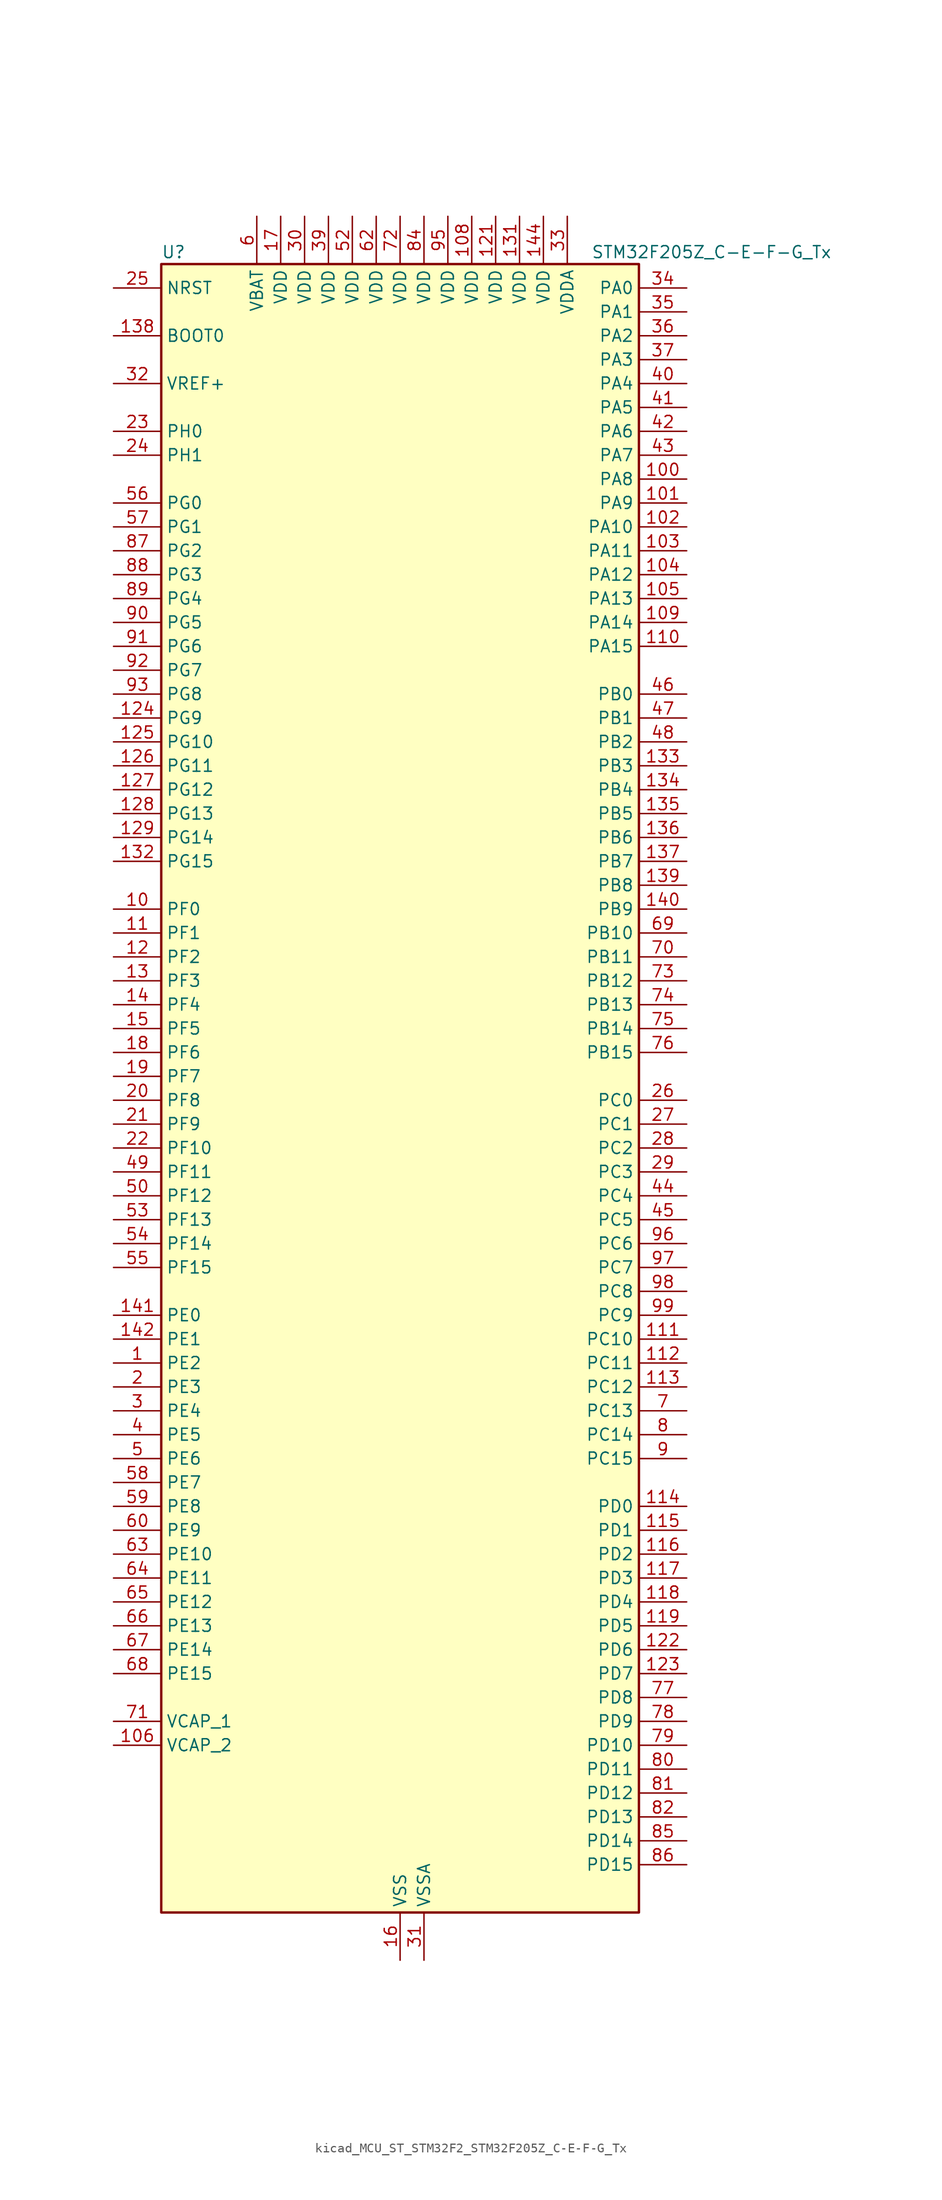
<source format=kicad_sym>
(kicad_symbol_lib
  (version 20220914)
  (generator kicad_symbol_editor)
  (symbol "kicad_MCU_ST_STM32F2_STM32F205Z_C-E-F-G_Tx"
    (property "Reference" "U"
      (at -25.4 90.17 0)
      (effects (font (size 1.27 1.27)) (justify left)))
    (property "Value" "STM32F205Z_C-E-F-G_Tx"
      (at 20.32 90.17 0)
      (effects (font (size 1.27 1.27)) (justify left)))
    (property "ki_locked" ""
      (at 0 0 0)
      (effects (font (size 1.27 1.27))))
    (symbol "kicad_MCU_ST_STM32F2_STM32F205Z_C-E-F-G_Tx_0_1"
      (rectangle (start -25.4 -86.36) (end 25.4 88.9) (stroke (width 0.254) (type default)) (fill (type background))))
    (symbol "kicad_MCU_ST_STM32F2_STM32F205Z_C-E-F-G_Tx_1_1"
      (pin bidirectional line (at -30.48 -27.94 0) (length 5.08) (name "PE2" (effects (font (size 1.27 1.27)))) (number "1" (effects (font (size 1.27 1.27)))) (alternate "FSMC_A23" bidirectional line) (alternate "SYS_TRACECLK" bidirectional line))
      (pin bidirectional line (at -30.48 20.32 0) (length 5.08) (name "PF0" (effects (font (size 1.27 1.27)))) (number "10" (effects (font (size 1.27 1.27)))) (alternate "FSMC_A0" bidirectional line) (alternate "I2C2_SDA" bidirectional line))
      (pin bidirectional line (at 30.48 66.04 180) (length 5.08) (name "PA8" (effects (font (size 1.27 1.27)))) (number "100" (effects (font (size 1.27 1.27)))) (alternate "I2C3_SCL" bidirectional line) (alternate "RCC_MCO_1" bidirectional line) (alternate "TIM1_CH1" bidirectional line) (alternate "USART1_CK" bidirectional line) (alternate "USB_OTG_FS_SOF" bidirectional line))
      (pin bidirectional line (at 30.48 63.5 180) (length 5.08) (name "PA9" (effects (font (size 1.27 1.27)))) (number "101" (effects (font (size 1.27 1.27)))) (alternate "DAC_EXTI9" bidirectional line) (alternate "I2C3_SMBA" bidirectional line) (alternate "TIM1_CH2" bidirectional line) (alternate "USART1_TX" bidirectional line) (alternate "USB_OTG_FS_VBUS" bidirectional line))
      (pin bidirectional line (at 30.48 60.96 180) (length 5.08) (name "PA10" (effects (font (size 1.27 1.27)))) (number "102" (effects (font (size 1.27 1.27)))) (alternate "TIM1_CH3" bidirectional line) (alternate "USART1_RX" bidirectional line) (alternate "USB_OTG_FS_ID" bidirectional line))
      (pin bidirectional line (at 30.48 58.42 180) (length 5.08) (name "PA11" (effects (font (size 1.27 1.27)))) (number "103" (effects (font (size 1.27 1.27)))) (alternate "ADC1_EXTI11" bidirectional line) (alternate "ADC2_EXTI11" bidirectional line) (alternate "ADC3_EXTI11" bidirectional line) (alternate "CAN1_RX" bidirectional line) (alternate "TIM1_CH4" bidirectional line) (alternate "USART1_CTS" bidirectional line) (alternate "USB_OTG_FS_DM" bidirectional line))
      (pin bidirectional line (at 30.48 55.88 180) (length 5.08) (name "PA12" (effects (font (size 1.27 1.27)))) (number "104" (effects (font (size 1.27 1.27)))) (alternate "CAN1_TX" bidirectional line) (alternate "TIM1_ETR" bidirectional line) (alternate "USART1_RTS" bidirectional line) (alternate "USB_OTG_FS_DP" bidirectional line))
      (pin bidirectional line (at 30.48 53.34 180) (length 5.08) (name "PA13" (effects (font (size 1.27 1.27)))) (number "105" (effects (font (size 1.27 1.27)))) (alternate "SYS_JTMS-SWDIO" bidirectional line))
      (pin power_out line (at -30.48 -68.58 0) (length 5.08) (name "VCAP_2" (effects (font (size 1.27 1.27)))) (number "106" (effects (font (size 1.27 1.27)))))
      (pin passive line (at 0 -91.44 90) (length 5.08) hide (name "VSS" (effects (font (size 1.27 1.27)))) (number "107" (effects (font (size 1.27 1.27)))))
      (pin power_in line (at 7.62 93.98 270) (length 5.08) (name "VDD" (effects (font (size 1.27 1.27)))) (number "108" (effects (font (size 1.27 1.27)))))
      (pin bidirectional line (at 30.48 50.8 180) (length 5.08) (name "PA14" (effects (font (size 1.27 1.27)))) (number "109" (effects (font (size 1.27 1.27)))) (alternate "SYS_JTCK-SWCLK" bidirectional line))
      (pin bidirectional line (at -30.48 17.78 0) (length 5.08) (name "PF1" (effects (font (size 1.27 1.27)))) (number "11" (effects (font (size 1.27 1.27)))) (alternate "FSMC_A1" bidirectional line) (alternate "I2C2_SCL" bidirectional line))
      (pin bidirectional line (at 30.48 48.26 180) (length 5.08) (name "PA15" (effects (font (size 1.27 1.27)))) (number "110" (effects (font (size 1.27 1.27)))) (alternate "ADC1_EXTI15" bidirectional line) (alternate "ADC2_EXTI15" bidirectional line) (alternate "ADC3_EXTI15" bidirectional line) (alternate "I2S3_WS" bidirectional line) (alternate "SPI1_NSS" bidirectional line) (alternate "SPI3_NSS" bidirectional line) (alternate "SYS_JTDI" bidirectional line) (alternate "TIM2_CH1" bidirectional line) (alternate "TIM2_ETR" bidirectional line))
      (pin bidirectional line (at 30.48 -25.4 180) (length 5.08) (name "PC10" (effects (font (size 1.27 1.27)))) (number "111" (effects (font (size 1.27 1.27)))) (alternate "I2S3_SCK" bidirectional line) (alternate "SDIO_D2" bidirectional line) (alternate "SPI3_SCK" bidirectional line) (alternate "UART4_TX" bidirectional line) (alternate "USART3_TX" bidirectional line))
      (pin bidirectional line (at 30.48 -27.94 180) (length 5.08) (name "PC11" (effects (font (size 1.27 1.27)))) (number "112" (effects (font (size 1.27 1.27)))) (alternate "ADC1_EXTI11" bidirectional line) (alternate "ADC2_EXTI11" bidirectional line) (alternate "ADC3_EXTI11" bidirectional line) (alternate "SDIO_D3" bidirectional line) (alternate "SPI3_MISO" bidirectional line) (alternate "UART4_RX" bidirectional line) (alternate "USART3_RX" bidirectional line))
      (pin bidirectional line (at 30.48 -30.48 180) (length 5.08) (name "PC12" (effects (font (size 1.27 1.27)))) (number "113" (effects (font (size 1.27 1.27)))) (alternate "I2S3_SD" bidirectional line) (alternate "SDIO_CK" bidirectional line) (alternate "SPI3_MOSI" bidirectional line) (alternate "UART5_TX" bidirectional line) (alternate "USART3_CK" bidirectional line))
      (pin bidirectional line (at 30.48 -43.18 180) (length 5.08) (name "PD0" (effects (font (size 1.27 1.27)))) (number "114" (effects (font (size 1.27 1.27)))) (alternate "CAN1_RX" bidirectional line) (alternate "FSMC_D2" bidirectional line) (alternate "FSMC_DA2" bidirectional line))
      (pin bidirectional line (at 30.48 -45.72 180) (length 5.08) (name "PD1" (effects (font (size 1.27 1.27)))) (number "115" (effects (font (size 1.27 1.27)))) (alternate "CAN1_TX" bidirectional line) (alternate "FSMC_D3" bidirectional line) (alternate "FSMC_DA3" bidirectional line))
      (pin bidirectional line (at 30.48 -48.26 180) (length 5.08) (name "PD2" (effects (font (size 1.27 1.27)))) (number "116" (effects (font (size 1.27 1.27)))) (alternate "SDIO_CMD" bidirectional line) (alternate "TIM3_ETR" bidirectional line) (alternate "UART5_RX" bidirectional line))
      (pin bidirectional line (at 30.48 -50.8 180) (length 5.08) (name "PD3" (effects (font (size 1.27 1.27)))) (number "117" (effects (font (size 1.27 1.27)))) (alternate "FSMC_CLK" bidirectional line) (alternate "USART2_CTS" bidirectional line))
      (pin bidirectional line (at 30.48 -53.34 180) (length 5.08) (name "PD4" (effects (font (size 1.27 1.27)))) (number "118" (effects (font (size 1.27 1.27)))) (alternate "FSMC_NOE" bidirectional line) (alternate "USART2_RTS" bidirectional line))
      (pin bidirectional line (at 30.48 -55.88 180) (length 5.08) (name "PD5" (effects (font (size 1.27 1.27)))) (number "119" (effects (font (size 1.27 1.27)))) (alternate "FSMC_NWE" bidirectional line) (alternate "USART2_TX" bidirectional line))
      (pin bidirectional line (at -30.48 15.24 0) (length 5.08) (name "PF2" (effects (font (size 1.27 1.27)))) (number "12" (effects (font (size 1.27 1.27)))) (alternate "FSMC_A2" bidirectional line) (alternate "I2C2_SMBA" bidirectional line))
      (pin passive line (at 0 -91.44 90) (length 5.08) hide (name "VSS" (effects (font (size 1.27 1.27)))) (number "120" (effects (font (size 1.27 1.27)))))
      (pin power_in line (at 10.16 93.98 270) (length 5.08) (name "VDD" (effects (font (size 1.27 1.27)))) (number "121" (effects (font (size 1.27 1.27)))))
      (pin bidirectional line (at 30.48 -58.42 180) (length 5.08) (name "PD6" (effects (font (size 1.27 1.27)))) (number "122" (effects (font (size 1.27 1.27)))) (alternate "FSMC_NWAIT" bidirectional line) (alternate "USART2_RX" bidirectional line))
      (pin bidirectional line (at 30.48 -60.96 180) (length 5.08) (name "PD7" (effects (font (size 1.27 1.27)))) (number "123" (effects (font (size 1.27 1.27)))) (alternate "FSMC_NCE2" bidirectional line) (alternate "FSMC_NE1" bidirectional line) (alternate "USART2_CK" bidirectional line))
      (pin bidirectional line (at -30.48 40.64 0) (length 5.08) (name "PG9" (effects (font (size 1.27 1.27)))) (number "124" (effects (font (size 1.27 1.27)))) (alternate "DAC_EXTI9" bidirectional line) (alternate "FSMC_NCE3" bidirectional line) (alternate "FSMC_NE2" bidirectional line) (alternate "USART6_RX" bidirectional line))
      (pin bidirectional line (at -30.48 38.1 0) (length 5.08) (name "PG10" (effects (font (size 1.27 1.27)))) (number "125" (effects (font (size 1.27 1.27)))) (alternate "FSMC_NCE4_1" bidirectional line) (alternate "FSMC_NE3" bidirectional line))
      (pin bidirectional line (at -30.48 35.56 0) (length 5.08) (name "PG11" (effects (font (size 1.27 1.27)))) (number "126" (effects (font (size 1.27 1.27)))) (alternate "ADC1_EXTI11" bidirectional line) (alternate "ADC2_EXTI11" bidirectional line) (alternate "ADC3_EXTI11" bidirectional line) (alternate "FSMC_NCE4_2" bidirectional line))
      (pin bidirectional line (at -30.48 33.02 0) (length 5.08) (name "PG12" (effects (font (size 1.27 1.27)))) (number "127" (effects (font (size 1.27 1.27)))) (alternate "FSMC_NE4" bidirectional line) (alternate "USART6_RTS" bidirectional line))
      (pin bidirectional line (at -30.48 30.48 0) (length 5.08) (name "PG13" (effects (font (size 1.27 1.27)))) (number "128" (effects (font (size 1.27 1.27)))) (alternate "FSMC_A24" bidirectional line) (alternate "USART6_CTS" bidirectional line))
      (pin bidirectional line (at -30.48 27.94 0) (length 5.08) (name "PG14" (effects (font (size 1.27 1.27)))) (number "129" (effects (font (size 1.27 1.27)))) (alternate "FSMC_A25" bidirectional line) (alternate "USART6_TX" bidirectional line))
      (pin bidirectional line (at -30.48 12.7 0) (length 5.08) (name "PF3" (effects (font (size 1.27 1.27)))) (number "13" (effects (font (size 1.27 1.27)))) (alternate "ADC3_IN9" bidirectional line) (alternate "FSMC_A3" bidirectional line))
      (pin passive line (at 0 -91.44 90) (length 5.08) hide (name "VSS" (effects (font (size 1.27 1.27)))) (number "130" (effects (font (size 1.27 1.27)))))
      (pin power_in line (at 12.7 93.98 270) (length 5.08) (name "VDD" (effects (font (size 1.27 1.27)))) (number "131" (effects (font (size 1.27 1.27)))))
      (pin bidirectional line (at -30.48 25.4 0) (length 5.08) (name "PG15" (effects (font (size 1.27 1.27)))) (number "132" (effects (font (size 1.27 1.27)))) (alternate "ADC1_EXTI15" bidirectional line) (alternate "ADC2_EXTI15" bidirectional line) (alternate "ADC3_EXTI15" bidirectional line) (alternate "USART6_CTS" bidirectional line))
      (pin bidirectional line (at 30.48 35.56 180) (length 5.08) (name "PB3" (effects (font (size 1.27 1.27)))) (number "133" (effects (font (size 1.27 1.27)))) (alternate "I2S3_SCK" bidirectional line) (alternate "SPI1_SCK" bidirectional line) (alternate "SPI3_SCK" bidirectional line) (alternate "SYS_JTDO-SWO" bidirectional line) (alternate "TIM2_CH2" bidirectional line))
      (pin bidirectional line (at 30.48 33.02 180) (length 5.08) (name "PB4" (effects (font (size 1.27 1.27)))) (number "134" (effects (font (size 1.27 1.27)))) (alternate "SPI1_MISO" bidirectional line) (alternate "SPI3_MISO" bidirectional line) (alternate "SYS_JTRST" bidirectional line) (alternate "TIM3_CH1" bidirectional line))
      (pin bidirectional line (at 30.48 30.48 180) (length 5.08) (name "PB5" (effects (font (size 1.27 1.27)))) (number "135" (effects (font (size 1.27 1.27)))) (alternate "CAN2_RX" bidirectional line) (alternate "I2C1_SMBA" bidirectional line) (alternate "I2S3_SD" bidirectional line) (alternate "SPI1_MOSI" bidirectional line) (alternate "SPI3_MOSI" bidirectional line) (alternate "TIM3_CH2" bidirectional line) (alternate "USB_OTG_HS_ULPI_D7" bidirectional line))
      (pin bidirectional line (at 30.48 27.94 180) (length 5.08) (name "PB6" (effects (font (size 1.27 1.27)))) (number "136" (effects (font (size 1.27 1.27)))) (alternate "CAN2_TX" bidirectional line) (alternate "I2C1_SCL" bidirectional line) (alternate "TIM4_CH1" bidirectional line) (alternate "USART1_TX" bidirectional line))
      (pin bidirectional line (at 30.48 25.4 180) (length 5.08) (name "PB7" (effects (font (size 1.27 1.27)))) (number "137" (effects (font (size 1.27 1.27)))) (alternate "FSMC_NL" bidirectional line) (alternate "I2C1_SDA" bidirectional line) (alternate "TIM4_CH2" bidirectional line) (alternate "USART1_RX" bidirectional line))
      (pin input line (at -30.48 81.28 0) (length 5.08) (name "BOOT0" (effects (font (size 1.27 1.27)))) (number "138" (effects (font (size 1.27 1.27)))))
      (pin bidirectional line (at 30.48 22.86 180) (length 5.08) (name "PB8" (effects (font (size 1.27 1.27)))) (number "139" (effects (font (size 1.27 1.27)))) (alternate "CAN1_RX" bidirectional line) (alternate "I2C1_SCL" bidirectional line) (alternate "SDIO_D4" bidirectional line) (alternate "TIM10_CH1" bidirectional line) (alternate "TIM4_CH3" bidirectional line))
      (pin bidirectional line (at -30.48 10.16 0) (length 5.08) (name "PF4" (effects (font (size 1.27 1.27)))) (number "14" (effects (font (size 1.27 1.27)))) (alternate "ADC3_IN14" bidirectional line) (alternate "FSMC_A4" bidirectional line))
      (pin bidirectional line (at 30.48 20.32 180) (length 5.08) (name "PB9" (effects (font (size 1.27 1.27)))) (number "140" (effects (font (size 1.27 1.27)))) (alternate "CAN1_TX" bidirectional line) (alternate "DAC_EXTI9" bidirectional line) (alternate "I2C1_SDA" bidirectional line) (alternate "I2S2_WS" bidirectional line) (alternate "SDIO_D5" bidirectional line) (alternate "SPI2_NSS" bidirectional line) (alternate "TIM11_CH1" bidirectional line) (alternate "TIM4_CH4" bidirectional line))
      (pin bidirectional line (at -30.48 -22.86 0) (length 5.08) (name "PE0" (effects (font (size 1.27 1.27)))) (number "141" (effects (font (size 1.27 1.27)))) (alternate "FSMC_NBL0" bidirectional line) (alternate "TIM4_ETR" bidirectional line))
      (pin bidirectional line (at -30.48 -25.4 0) (length 5.08) (name "PE1" (effects (font (size 1.27 1.27)))) (number "142" (effects (font (size 1.27 1.27)))) (alternate "FSMC_NBL1" bidirectional line))
      (pin no_connect line (at -25.4 -86.36 0) (length 5.08) hide (name "RFU" (effects (font (size 1.27 1.27)))) (number "143" (effects (font (size 1.27 1.27)))))
      (pin power_in line (at 15.24 93.98 270) (length 5.08) (name "VDD" (effects (font (size 1.27 1.27)))) (number "144" (effects (font (size 1.27 1.27)))))
      (pin bidirectional line (at -30.48 7.62 0) (length 5.08) (name "PF5" (effects (font (size 1.27 1.27)))) (number "15" (effects (font (size 1.27 1.27)))) (alternate "ADC3_IN15" bidirectional line) (alternate "FSMC_A5" bidirectional line))
      (pin power_in line (at 0 -91.44 90) (length 5.08) (name "VSS" (effects (font (size 1.27 1.27)))) (number "16" (effects (font (size 1.27 1.27)))))
      (pin power_in line (at -12.7 93.98 270) (length 5.08) (name "VDD" (effects (font (size 1.27 1.27)))) (number "17" (effects (font (size 1.27 1.27)))))
      (pin bidirectional line (at -30.48 5.08 0) (length 5.08) (name "PF6" (effects (font (size 1.27 1.27)))) (number "18" (effects (font (size 1.27 1.27)))) (alternate "ADC3_IN4" bidirectional line) (alternate "FSMC_NIORD" bidirectional line) (alternate "TIM10_CH1" bidirectional line))
      (pin bidirectional line (at -30.48 2.54 0) (length 5.08) (name "PF7" (effects (font (size 1.27 1.27)))) (number "19" (effects (font (size 1.27 1.27)))) (alternate "ADC3_IN5" bidirectional line) (alternate "FSMC_NREG" bidirectional line) (alternate "TIM11_CH1" bidirectional line))
      (pin bidirectional line (at -30.48 -30.48 0) (length 5.08) (name "PE3" (effects (font (size 1.27 1.27)))) (number "2" (effects (font (size 1.27 1.27)))) (alternate "FSMC_A19" bidirectional line) (alternate "SYS_TRACED0" bidirectional line))
      (pin bidirectional line (at -30.48 0 0) (length 5.08) (name "PF8" (effects (font (size 1.27 1.27)))) (number "20" (effects (font (size 1.27 1.27)))) (alternate "ADC3_IN6" bidirectional line) (alternate "FSMC_NIOWR" bidirectional line) (alternate "TIM13_CH1" bidirectional line))
      (pin bidirectional line (at -30.48 -2.54 0) (length 5.08) (name "PF9" (effects (font (size 1.27 1.27)))) (number "21" (effects (font (size 1.27 1.27)))) (alternate "ADC3_IN7" bidirectional line) (alternate "DAC_EXTI9" bidirectional line) (alternate "FSMC_CD" bidirectional line) (alternate "TIM14_CH1" bidirectional line))
      (pin bidirectional line (at -30.48 -5.08 0) (length 5.08) (name "PF10" (effects (font (size 1.27 1.27)))) (number "22" (effects (font (size 1.27 1.27)))) (alternate "ADC3_IN8" bidirectional line) (alternate "FSMC_INTR" bidirectional line))
      (pin bidirectional line (at -30.48 71.12 0) (length 5.08) (name "PH0" (effects (font (size 1.27 1.27)))) (number "23" (effects (font (size 1.27 1.27)))) (alternate "RCC_OSC_IN" bidirectional line))
      (pin bidirectional line (at -30.48 68.58 0) (length 5.08) (name "PH1" (effects (font (size 1.27 1.27)))) (number "24" (effects (font (size 1.27 1.27)))) (alternate "RCC_OSC_OUT" bidirectional line))
      (pin input line (at -30.48 86.36 0) (length 5.08) (name "NRST" (effects (font (size 1.27 1.27)))) (number "25" (effects (font (size 1.27 1.27)))))
      (pin bidirectional line (at 30.48 0 180) (length 5.08) (name "PC0" (effects (font (size 1.27 1.27)))) (number "26" (effects (font (size 1.27 1.27)))) (alternate "ADC1_IN10" bidirectional line) (alternate "ADC2_IN10" bidirectional line) (alternate "ADC3_IN10" bidirectional line) (alternate "USB_OTG_HS_ULPI_STP" bidirectional line))
      (pin bidirectional line (at 30.48 -2.54 180) (length 5.08) (name "PC1" (effects (font (size 1.27 1.27)))) (number "27" (effects (font (size 1.27 1.27)))) (alternate "ADC1_IN11" bidirectional line) (alternate "ADC2_IN11" bidirectional line) (alternate "ADC3_IN11" bidirectional line))
      (pin bidirectional line (at 30.48 -5.08 180) (length 5.08) (name "PC2" (effects (font (size 1.27 1.27)))) (number "28" (effects (font (size 1.27 1.27)))) (alternate "ADC1_IN12" bidirectional line) (alternate "ADC2_IN12" bidirectional line) (alternate "ADC3_IN12" bidirectional line) (alternate "SPI2_MISO" bidirectional line) (alternate "USB_OTG_HS_ULPI_DIR" bidirectional line))
      (pin bidirectional line (at 30.48 -7.62 180) (length 5.08) (name "PC3" (effects (font (size 1.27 1.27)))) (number "29" (effects (font (size 1.27 1.27)))) (alternate "ADC1_IN13" bidirectional line) (alternate "ADC2_IN13" bidirectional line) (alternate "ADC3_IN13" bidirectional line) (alternate "I2S2_SD" bidirectional line) (alternate "SPI2_MOSI" bidirectional line) (alternate "USB_OTG_HS_ULPI_NXT" bidirectional line))
      (pin bidirectional line (at -30.48 -33.02 0) (length 5.08) (name "PE4" (effects (font (size 1.27 1.27)))) (number "3" (effects (font (size 1.27 1.27)))) (alternate "FSMC_A20" bidirectional line) (alternate "SYS_TRACED1" bidirectional line))
      (pin power_in line (at -10.16 93.98 270) (length 5.08) (name "VDD" (effects (font (size 1.27 1.27)))) (number "30" (effects (font (size 1.27 1.27)))))
      (pin power_in line (at 2.54 -91.44 90) (length 5.08) (name "VSSA" (effects (font (size 1.27 1.27)))) (number "31" (effects (font (size 1.27 1.27)))))
      (pin input line (at -30.48 76.2 0) (length 5.08) (name "VREF+" (effects (font (size 1.27 1.27)))) (number "32" (effects (font (size 1.27 1.27)))))
      (pin power_in line (at 17.78 93.98 270) (length 5.08) (name "VDDA" (effects (font (size 1.27 1.27)))) (number "33" (effects (font (size 1.27 1.27)))))
      (pin bidirectional line (at 30.48 86.36 180) (length 5.08) (name "PA0" (effects (font (size 1.27 1.27)))) (number "34" (effects (font (size 1.27 1.27)))) (alternate "ADC1_IN0" bidirectional line) (alternate "ADC2_IN0" bidirectional line) (alternate "ADC3_IN0" bidirectional line) (alternate "SYS_WKUP" bidirectional line) (alternate "TIM2_CH1" bidirectional line) (alternate "TIM2_ETR" bidirectional line) (alternate "TIM5_CH1" bidirectional line) (alternate "TIM8_ETR" bidirectional line) (alternate "UART4_TX" bidirectional line) (alternate "USART2_CTS" bidirectional line))
      (pin bidirectional line (at 30.48 83.82 180) (length 5.08) (name "PA1" (effects (font (size 1.27 1.27)))) (number "35" (effects (font (size 1.27 1.27)))) (alternate "ADC1_IN1" bidirectional line) (alternate "ADC2_IN1" bidirectional line) (alternate "ADC3_IN1" bidirectional line) (alternate "TIM2_CH2" bidirectional line) (alternate "TIM5_CH2" bidirectional line) (alternate "UART4_RX" bidirectional line) (alternate "USART2_RTS" bidirectional line))
      (pin bidirectional line (at 30.48 81.28 180) (length 5.08) (name "PA2" (effects (font (size 1.27 1.27)))) (number "36" (effects (font (size 1.27 1.27)))) (alternate "ADC1_IN2" bidirectional line) (alternate "ADC2_IN2" bidirectional line) (alternate "ADC3_IN2" bidirectional line) (alternate "TIM2_CH3" bidirectional line) (alternate "TIM5_CH3" bidirectional line) (alternate "TIM9_CH1" bidirectional line) (alternate "USART2_TX" bidirectional line))
      (pin bidirectional line (at 30.48 78.74 180) (length 5.08) (name "PA3" (effects (font (size 1.27 1.27)))) (number "37" (effects (font (size 1.27 1.27)))) (alternate "ADC1_IN3" bidirectional line) (alternate "ADC2_IN3" bidirectional line) (alternate "ADC3_IN3" bidirectional line) (alternate "TIM2_CH4" bidirectional line) (alternate "TIM5_CH4" bidirectional line) (alternate "TIM9_CH2" bidirectional line) (alternate "USART2_RX" bidirectional line) (alternate "USB_OTG_HS_ULPI_D0" bidirectional line))
      (pin passive line (at 0 -91.44 90) (length 5.08) hide (name "VSS" (effects (font (size 1.27 1.27)))) (number "38" (effects (font (size 1.27 1.27)))))
      (pin power_in line (at -7.62 93.98 270) (length 5.08) (name "VDD" (effects (font (size 1.27 1.27)))) (number "39" (effects (font (size 1.27 1.27)))))
      (pin bidirectional line (at -30.48 -35.56 0) (length 5.08) (name "PE5" (effects (font (size 1.27 1.27)))) (number "4" (effects (font (size 1.27 1.27)))) (alternate "FSMC_A21" bidirectional line) (alternate "SYS_TRACED2" bidirectional line) (alternate "TIM9_CH1" bidirectional line))
      (pin bidirectional line (at 30.48 76.2 180) (length 5.08) (name "PA4" (effects (font (size 1.27 1.27)))) (number "40" (effects (font (size 1.27 1.27)))) (alternate "ADC1_IN4" bidirectional line) (alternate "ADC2_IN4" bidirectional line) (alternate "DAC_OUT1" bidirectional line) (alternate "I2S3_WS" bidirectional line) (alternate "SPI1_NSS" bidirectional line) (alternate "SPI3_NSS" bidirectional line) (alternate "USART2_CK" bidirectional line) (alternate "USB_OTG_HS_SOF" bidirectional line))
      (pin bidirectional line (at 30.48 73.66 180) (length 5.08) (name "PA5" (effects (font (size 1.27 1.27)))) (number "41" (effects (font (size 1.27 1.27)))) (alternate "ADC1_IN5" bidirectional line) (alternate "ADC2_IN5" bidirectional line) (alternate "DAC_OUT2" bidirectional line) (alternate "SPI1_SCK" bidirectional line) (alternate "TIM2_CH1" bidirectional line) (alternate "TIM2_ETR" bidirectional line) (alternate "TIM8_CH1N" bidirectional line) (alternate "USB_OTG_HS_ULPI_CK" bidirectional line))
      (pin bidirectional line (at 30.48 71.12 180) (length 5.08) (name "PA6" (effects (font (size 1.27 1.27)))) (number "42" (effects (font (size 1.27 1.27)))) (alternate "ADC1_IN6" bidirectional line) (alternate "ADC2_IN6" bidirectional line) (alternate "SPI1_MISO" bidirectional line) (alternate "TIM13_CH1" bidirectional line) (alternate "TIM1_BKIN" bidirectional line) (alternate "TIM3_CH1" bidirectional line) (alternate "TIM8_BKIN" bidirectional line))
      (pin bidirectional line (at 30.48 68.58 180) (length 5.08) (name "PA7" (effects (font (size 1.27 1.27)))) (number "43" (effects (font (size 1.27 1.27)))) (alternate "ADC1_IN7" bidirectional line) (alternate "ADC2_IN7" bidirectional line) (alternate "SPI1_MOSI" bidirectional line) (alternate "TIM14_CH1" bidirectional line) (alternate "TIM1_CH1N" bidirectional line) (alternate "TIM3_CH2" bidirectional line) (alternate "TIM8_CH1N" bidirectional line))
      (pin bidirectional line (at 30.48 -10.16 180) (length 5.08) (name "PC4" (effects (font (size 1.27 1.27)))) (number "44" (effects (font (size 1.27 1.27)))) (alternate "ADC1_IN14" bidirectional line) (alternate "ADC2_IN14" bidirectional line))
      (pin bidirectional line (at 30.48 -12.7 180) (length 5.08) (name "PC5" (effects (font (size 1.27 1.27)))) (number "45" (effects (font (size 1.27 1.27)))) (alternate "ADC1_IN15" bidirectional line) (alternate "ADC2_IN15" bidirectional line))
      (pin bidirectional line (at 30.48 43.18 180) (length 5.08) (name "PB0" (effects (font (size 1.27 1.27)))) (number "46" (effects (font (size 1.27 1.27)))) (alternate "ADC1_IN8" bidirectional line) (alternate "ADC2_IN8" bidirectional line) (alternate "TIM1_CH2N" bidirectional line) (alternate "TIM3_CH3" bidirectional line) (alternate "TIM8_CH2N" bidirectional line) (alternate "USB_OTG_HS_ULPI_D1" bidirectional line))
      (pin bidirectional line (at 30.48 40.64 180) (length 5.08) (name "PB1" (effects (font (size 1.27 1.27)))) (number "47" (effects (font (size 1.27 1.27)))) (alternate "ADC1_IN9" bidirectional line) (alternate "ADC2_IN9" bidirectional line) (alternate "TIM1_CH3N" bidirectional line) (alternate "TIM3_CH4" bidirectional line) (alternate "TIM8_CH3N" bidirectional line) (alternate "USB_OTG_HS_ULPI_D2" bidirectional line))
      (pin bidirectional line (at 30.48 38.1 180) (length 5.08) (name "PB2" (effects (font (size 1.27 1.27)))) (number "48" (effects (font (size 1.27 1.27)))))
      (pin bidirectional line (at -30.48 -7.62 0) (length 5.08) (name "PF11" (effects (font (size 1.27 1.27)))) (number "49" (effects (font (size 1.27 1.27)))) (alternate "ADC1_EXTI11" bidirectional line) (alternate "ADC2_EXTI11" bidirectional line) (alternate "ADC3_EXTI11" bidirectional line))
      (pin bidirectional line (at -30.48 -38.1 0) (length 5.08) (name "PE6" (effects (font (size 1.27 1.27)))) (number "5" (effects (font (size 1.27 1.27)))) (alternate "FSMC_A22" bidirectional line) (alternate "SYS_TRACED3" bidirectional line) (alternate "TIM9_CH2" bidirectional line))
      (pin bidirectional line (at -30.48 -10.16 0) (length 5.08) (name "PF12" (effects (font (size 1.27 1.27)))) (number "50" (effects (font (size 1.27 1.27)))) (alternate "FSMC_A6" bidirectional line))
      (pin passive line (at 0 -91.44 90) (length 5.08) hide (name "VSS" (effects (font (size 1.27 1.27)))) (number "51" (effects (font (size 1.27 1.27)))))
      (pin power_in line (at -5.08 93.98 270) (length 5.08) (name "VDD" (effects (font (size 1.27 1.27)))) (number "52" (effects (font (size 1.27 1.27)))))
      (pin bidirectional line (at -30.48 -12.7 0) (length 5.08) (name "PF13" (effects (font (size 1.27 1.27)))) (number "53" (effects (font (size 1.27 1.27)))) (alternate "FSMC_A7" bidirectional line))
      (pin bidirectional line (at -30.48 -15.24 0) (length 5.08) (name "PF14" (effects (font (size 1.27 1.27)))) (number "54" (effects (font (size 1.27 1.27)))) (alternate "FSMC_A8" bidirectional line))
      (pin bidirectional line (at -30.48 -17.78 0) (length 5.08) (name "PF15" (effects (font (size 1.27 1.27)))) (number "55" (effects (font (size 1.27 1.27)))) (alternate "ADC1_EXTI15" bidirectional line) (alternate "ADC2_EXTI15" bidirectional line) (alternate "ADC3_EXTI15" bidirectional line) (alternate "FSMC_A9" bidirectional line))
      (pin bidirectional line (at -30.48 63.5 0) (length 5.08) (name "PG0" (effects (font (size 1.27 1.27)))) (number "56" (effects (font (size 1.27 1.27)))) (alternate "FSMC_A10" bidirectional line))
      (pin bidirectional line (at -30.48 60.96 0) (length 5.08) (name "PG1" (effects (font (size 1.27 1.27)))) (number "57" (effects (font (size 1.27 1.27)))) (alternate "FSMC_A11" bidirectional line))
      (pin bidirectional line (at -30.48 -40.64 0) (length 5.08) (name "PE7" (effects (font (size 1.27 1.27)))) (number "58" (effects (font (size 1.27 1.27)))) (alternate "FSMC_D4" bidirectional line) (alternate "FSMC_DA4" bidirectional line) (alternate "TIM1_ETR" bidirectional line))
      (pin bidirectional line (at -30.48 -43.18 0) (length 5.08) (name "PE8" (effects (font (size 1.27 1.27)))) (number "59" (effects (font (size 1.27 1.27)))) (alternate "FSMC_D5" bidirectional line) (alternate "FSMC_DA5" bidirectional line) (alternate "TIM1_CH1N" bidirectional line))
      (pin power_in line (at -15.24 93.98 270) (length 5.08) (name "VBAT" (effects (font (size 1.27 1.27)))) (number "6" (effects (font (size 1.27 1.27)))))
      (pin bidirectional line (at -30.48 -45.72 0) (length 5.08) (name "PE9" (effects (font (size 1.27 1.27)))) (number "60" (effects (font (size 1.27 1.27)))) (alternate "DAC_EXTI9" bidirectional line) (alternate "FSMC_D6" bidirectional line) (alternate "FSMC_DA6" bidirectional line) (alternate "TIM1_CH1" bidirectional line))
      (pin passive line (at 0 -91.44 90) (length 5.08) hide (name "VSS" (effects (font (size 1.27 1.27)))) (number "61" (effects (font (size 1.27 1.27)))))
      (pin power_in line (at -2.54 93.98 270) (length 5.08) (name "VDD" (effects (font (size 1.27 1.27)))) (number "62" (effects (font (size 1.27 1.27)))))
      (pin bidirectional line (at -30.48 -48.26 0) (length 5.08) (name "PE10" (effects (font (size 1.27 1.27)))) (number "63" (effects (font (size 1.27 1.27)))) (alternate "FSMC_D7" bidirectional line) (alternate "FSMC_DA7" bidirectional line) (alternate "TIM1_CH2N" bidirectional line))
      (pin bidirectional line (at -30.48 -50.8 0) (length 5.08) (name "PE11" (effects (font (size 1.27 1.27)))) (number "64" (effects (font (size 1.27 1.27)))) (alternate "ADC1_EXTI11" bidirectional line) (alternate "ADC2_EXTI11" bidirectional line) (alternate "ADC3_EXTI11" bidirectional line) (alternate "FSMC_D8" bidirectional line) (alternate "FSMC_DA8" bidirectional line) (alternate "TIM1_CH2" bidirectional line))
      (pin bidirectional line (at -30.48 -53.34 0) (length 5.08) (name "PE12" (effects (font (size 1.27 1.27)))) (number "65" (effects (font (size 1.27 1.27)))) (alternate "FSMC_D9" bidirectional line) (alternate "FSMC_DA9" bidirectional line) (alternate "TIM1_CH3N" bidirectional line))
      (pin bidirectional line (at -30.48 -55.88 0) (length 5.08) (name "PE13" (effects (font (size 1.27 1.27)))) (number "66" (effects (font (size 1.27 1.27)))) (alternate "FSMC_D10" bidirectional line) (alternate "FSMC_DA10" bidirectional line) (alternate "TIM1_CH3" bidirectional line))
      (pin bidirectional line (at -30.48 -58.42 0) (length 5.08) (name "PE14" (effects (font (size 1.27 1.27)))) (number "67" (effects (font (size 1.27 1.27)))) (alternate "FSMC_D11" bidirectional line) (alternate "FSMC_DA11" bidirectional line) (alternate "TIM1_CH4" bidirectional line))
      (pin bidirectional line (at -30.48 -60.96 0) (length 5.08) (name "PE15" (effects (font (size 1.27 1.27)))) (number "68" (effects (font (size 1.27 1.27)))) (alternate "ADC1_EXTI15" bidirectional line) (alternate "ADC2_EXTI15" bidirectional line) (alternate "ADC3_EXTI15" bidirectional line) (alternate "FSMC_D12" bidirectional line) (alternate "FSMC_DA12" bidirectional line) (alternate "TIM1_BKIN" bidirectional line))
      (pin bidirectional line (at 30.48 17.78 180) (length 5.08) (name "PB10" (effects (font (size 1.27 1.27)))) (number "69" (effects (font (size 1.27 1.27)))) (alternate "I2C2_SCL" bidirectional line) (alternate "I2S2_SCK" bidirectional line) (alternate "SPI2_SCK" bidirectional line) (alternate "TIM2_CH3" bidirectional line) (alternate "USART3_TX" bidirectional line) (alternate "USB_OTG_HS_ULPI_D3" bidirectional line))
      (pin bidirectional line (at 30.48 -33.02 180) (length 5.08) (name "PC13" (effects (font (size 1.27 1.27)))) (number "7" (effects (font (size 1.27 1.27)))) (alternate "RTC_AF1" bidirectional line))
      (pin bidirectional line (at 30.48 15.24 180) (length 5.08) (name "PB11" (effects (font (size 1.27 1.27)))) (number "70" (effects (font (size 1.27 1.27)))) (alternate "ADC1_EXTI11" bidirectional line) (alternate "ADC2_EXTI11" bidirectional line) (alternate "ADC3_EXTI11" bidirectional line) (alternate "I2C2_SDA" bidirectional line) (alternate "TIM2_CH4" bidirectional line) (alternate "USART3_RX" bidirectional line) (alternate "USB_OTG_HS_ULPI_D4" bidirectional line))
      (pin power_out line (at -30.48 -66.04 0) (length 5.08) (name "VCAP_1" (effects (font (size 1.27 1.27)))) (number "71" (effects (font (size 1.27 1.27)))))
      (pin power_in line (at 0 93.98 270) (length 5.08) (name "VDD" (effects (font (size 1.27 1.27)))) (number "72" (effects (font (size 1.27 1.27)))))
      (pin bidirectional line (at 30.48 12.7 180) (length 5.08) (name "PB12" (effects (font (size 1.27 1.27)))) (number "73" (effects (font (size 1.27 1.27)))) (alternate "CAN2_RX" bidirectional line) (alternate "I2C2_SMBA" bidirectional line) (alternate "I2S2_WS" bidirectional line) (alternate "SPI2_NSS" bidirectional line) (alternate "TIM1_BKIN" bidirectional line) (alternate "USART3_CK" bidirectional line) (alternate "USB_OTG_HS_ID" bidirectional line) (alternate "USB_OTG_HS_ULPI_D5" bidirectional line))
      (pin bidirectional line (at 30.48 10.16 180) (length 5.08) (name "PB13" (effects (font (size 1.27 1.27)))) (number "74" (effects (font (size 1.27 1.27)))) (alternate "CAN2_TX" bidirectional line) (alternate "I2S2_SCK" bidirectional line) (alternate "SPI2_SCK" bidirectional line) (alternate "TIM1_CH1N" bidirectional line) (alternate "USART3_CTS" bidirectional line) (alternate "USB_OTG_HS_ULPI_D6" bidirectional line) (alternate "USB_OTG_HS_VBUS" bidirectional line))
      (pin bidirectional line (at 30.48 7.62 180) (length 5.08) (name "PB14" (effects (font (size 1.27 1.27)))) (number "75" (effects (font (size 1.27 1.27)))) (alternate "SPI2_MISO" bidirectional line) (alternate "TIM12_CH1" bidirectional line) (alternate "TIM1_CH2N" bidirectional line) (alternate "TIM8_CH2N" bidirectional line) (alternate "USART3_RTS" bidirectional line) (alternate "USB_OTG_HS_DM" bidirectional line))
      (pin bidirectional line (at 30.48 5.08 180) (length 5.08) (name "PB15" (effects (font (size 1.27 1.27)))) (number "76" (effects (font (size 1.27 1.27)))) (alternate "ADC1_EXTI15" bidirectional line) (alternate "ADC2_EXTI15" bidirectional line) (alternate "ADC3_EXTI15" bidirectional line) (alternate "I2S2_SD" bidirectional line) (alternate "RTC_REFIN" bidirectional line) (alternate "SPI2_MOSI" bidirectional line) (alternate "TIM12_CH2" bidirectional line) (alternate "TIM1_CH3N" bidirectional line) (alternate "TIM8_CH3N" bidirectional line) (alternate "USB_OTG_HS_DP" bidirectional line))
      (pin bidirectional line (at 30.48 -63.5 180) (length 5.08) (name "PD8" (effects (font (size 1.27 1.27)))) (number "77" (effects (font (size 1.27 1.27)))) (alternate "FSMC_D13" bidirectional line) (alternate "FSMC_DA13" bidirectional line) (alternate "USART3_TX" bidirectional line))
      (pin bidirectional line (at 30.48 -66.04 180) (length 5.08) (name "PD9" (effects (font (size 1.27 1.27)))) (number "78" (effects (font (size 1.27 1.27)))) (alternate "DAC_EXTI9" bidirectional line) (alternate "FSMC_D14" bidirectional line) (alternate "FSMC_DA14" bidirectional line) (alternate "USART3_RX" bidirectional line))
      (pin bidirectional line (at 30.48 -68.58 180) (length 5.08) (name "PD10" (effects (font (size 1.27 1.27)))) (number "79" (effects (font (size 1.27 1.27)))) (alternate "FSMC_D15" bidirectional line) (alternate "FSMC_DA15" bidirectional line) (alternate "USART3_CK" bidirectional line))
      (pin bidirectional line (at 30.48 -35.56 180) (length 5.08) (name "PC14" (effects (font (size 1.27 1.27)))) (number "8" (effects (font (size 1.27 1.27)))) (alternate "RCC_OSC32_IN" bidirectional line))
      (pin bidirectional line (at 30.48 -71.12 180) (length 5.08) (name "PD11" (effects (font (size 1.27 1.27)))) (number "80" (effects (font (size 1.27 1.27)))) (alternate "ADC1_EXTI11" bidirectional line) (alternate "ADC2_EXTI11" bidirectional line) (alternate "ADC3_EXTI11" bidirectional line) (alternate "FSMC_A16" bidirectional line) (alternate "FSMC_CLE" bidirectional line) (alternate "USART3_CTS" bidirectional line))
      (pin bidirectional line (at 30.48 -73.66 180) (length 5.08) (name "PD12" (effects (font (size 1.27 1.27)))) (number "81" (effects (font (size 1.27 1.27)))) (alternate "FSMC_A17" bidirectional line) (alternate "FSMC_ALE" bidirectional line) (alternate "TIM4_CH1" bidirectional line) (alternate "USART3_RTS" bidirectional line))
      (pin bidirectional line (at 30.48 -76.2 180) (length 5.08) (name "PD13" (effects (font (size 1.27 1.27)))) (number "82" (effects (font (size 1.27 1.27)))) (alternate "FSMC_A18" bidirectional line) (alternate "TIM4_CH2" bidirectional line))
      (pin passive line (at 0 -91.44 90) (length 5.08) hide (name "VSS" (effects (font (size 1.27 1.27)))) (number "83" (effects (font (size 1.27 1.27)))))
      (pin power_in line (at 2.54 93.98 270) (length 5.08) (name "VDD" (effects (font (size 1.27 1.27)))) (number "84" (effects (font (size 1.27 1.27)))))
      (pin bidirectional line (at 30.48 -78.74 180) (length 5.08) (name "PD14" (effects (font (size 1.27 1.27)))) (number "85" (effects (font (size 1.27 1.27)))) (alternate "FSMC_D0" bidirectional line) (alternate "FSMC_DA0" bidirectional line) (alternate "TIM4_CH3" bidirectional line))
      (pin bidirectional line (at 30.48 -81.28 180) (length 5.08) (name "PD15" (effects (font (size 1.27 1.27)))) (number "86" (effects (font (size 1.27 1.27)))) (alternate "ADC1_EXTI15" bidirectional line) (alternate "ADC2_EXTI15" bidirectional line) (alternate "ADC3_EXTI15" bidirectional line) (alternate "FSMC_D1" bidirectional line) (alternate "FSMC_DA1" bidirectional line) (alternate "TIM4_CH4" bidirectional line))
      (pin bidirectional line (at -30.48 58.42 0) (length 5.08) (name "PG2" (effects (font (size 1.27 1.27)))) (number "87" (effects (font (size 1.27 1.27)))) (alternate "FSMC_A12" bidirectional line))
      (pin bidirectional line (at -30.48 55.88 0) (length 5.08) (name "PG3" (effects (font (size 1.27 1.27)))) (number "88" (effects (font (size 1.27 1.27)))) (alternate "FSMC_A13" bidirectional line))
      (pin bidirectional line (at -30.48 53.34 0) (length 5.08) (name "PG4" (effects (font (size 1.27 1.27)))) (number "89" (effects (font (size 1.27 1.27)))) (alternate "FSMC_A14" bidirectional line))
      (pin bidirectional line (at 30.48 -38.1 180) (length 5.08) (name "PC15" (effects (font (size 1.27 1.27)))) (number "9" (effects (font (size 1.27 1.27)))) (alternate "ADC1_EXTI15" bidirectional line) (alternate "ADC2_EXTI15" bidirectional line) (alternate "ADC3_EXTI15" bidirectional line) (alternate "RCC_OSC32_OUT" bidirectional line))
      (pin bidirectional line (at -30.48 50.8 0) (length 5.08) (name "PG5" (effects (font (size 1.27 1.27)))) (number "90" (effects (font (size 1.27 1.27)))) (alternate "FSMC_A15" bidirectional line))
      (pin bidirectional line (at -30.48 48.26 0) (length 5.08) (name "PG6" (effects (font (size 1.27 1.27)))) (number "91" (effects (font (size 1.27 1.27)))) (alternate "FSMC_INT2" bidirectional line))
      (pin bidirectional line (at -30.48 45.72 0) (length 5.08) (name "PG7" (effects (font (size 1.27 1.27)))) (number "92" (effects (font (size 1.27 1.27)))) (alternate "FSMC_INT3" bidirectional line) (alternate "USART6_CK" bidirectional line))
      (pin bidirectional line (at -30.48 43.18 0) (length 5.08) (name "PG8" (effects (font (size 1.27 1.27)))) (number "93" (effects (font (size 1.27 1.27)))) (alternate "USART6_RTS" bidirectional line))
      (pin passive line (at 0 -91.44 90) (length 5.08) hide (name "VSS" (effects (font (size 1.27 1.27)))) (number "94" (effects (font (size 1.27 1.27)))))
      (pin power_in line (at 5.08 93.98 270) (length 5.08) (name "VDD" (effects (font (size 1.27 1.27)))) (number "95" (effects (font (size 1.27 1.27)))))
      (pin bidirectional line (at 30.48 -15.24 180) (length 5.08) (name "PC6" (effects (font (size 1.27 1.27)))) (number "96" (effects (font (size 1.27 1.27)))) (alternate "I2S2_MCK" bidirectional line) (alternate "SDIO_D6" bidirectional line) (alternate "TIM3_CH1" bidirectional line) (alternate "TIM8_CH1" bidirectional line) (alternate "USART6_TX" bidirectional line))
      (pin bidirectional line (at 30.48 -17.78 180) (length 5.08) (name "PC7" (effects (font (size 1.27 1.27)))) (number "97" (effects (font (size 1.27 1.27)))) (alternate "I2S3_MCK" bidirectional line) (alternate "SDIO_D7" bidirectional line) (alternate "TIM3_CH2" bidirectional line) (alternate "TIM8_CH2" bidirectional line) (alternate "USART6_RX" bidirectional line))
      (pin bidirectional line (at 30.48 -20.32 180) (length 5.08) (name "PC8" (effects (font (size 1.27 1.27)))) (number "98" (effects (font (size 1.27 1.27)))) (alternate "SDIO_D0" bidirectional line) (alternate "TIM3_CH3" bidirectional line) (alternate "TIM8_CH3" bidirectional line) (alternate "USART6_CK" bidirectional line))
      (pin bidirectional line (at 30.48 -22.86 180) (length 5.08) (name "PC9" (effects (font (size 1.27 1.27)))) (number "99" (effects (font (size 1.27 1.27)))) (alternate "DAC_EXTI9" bidirectional line) (alternate "I2C3_SDA" bidirectional line) (alternate "I2S_CKIN" bidirectional line) (alternate "RCC_MCO_2" bidirectional line) (alternate "SDIO_D1" bidirectional line) (alternate "TIM3_CH4" bidirectional line) (alternate "TIM8_CH4" bidirectional line)))))
</source>
